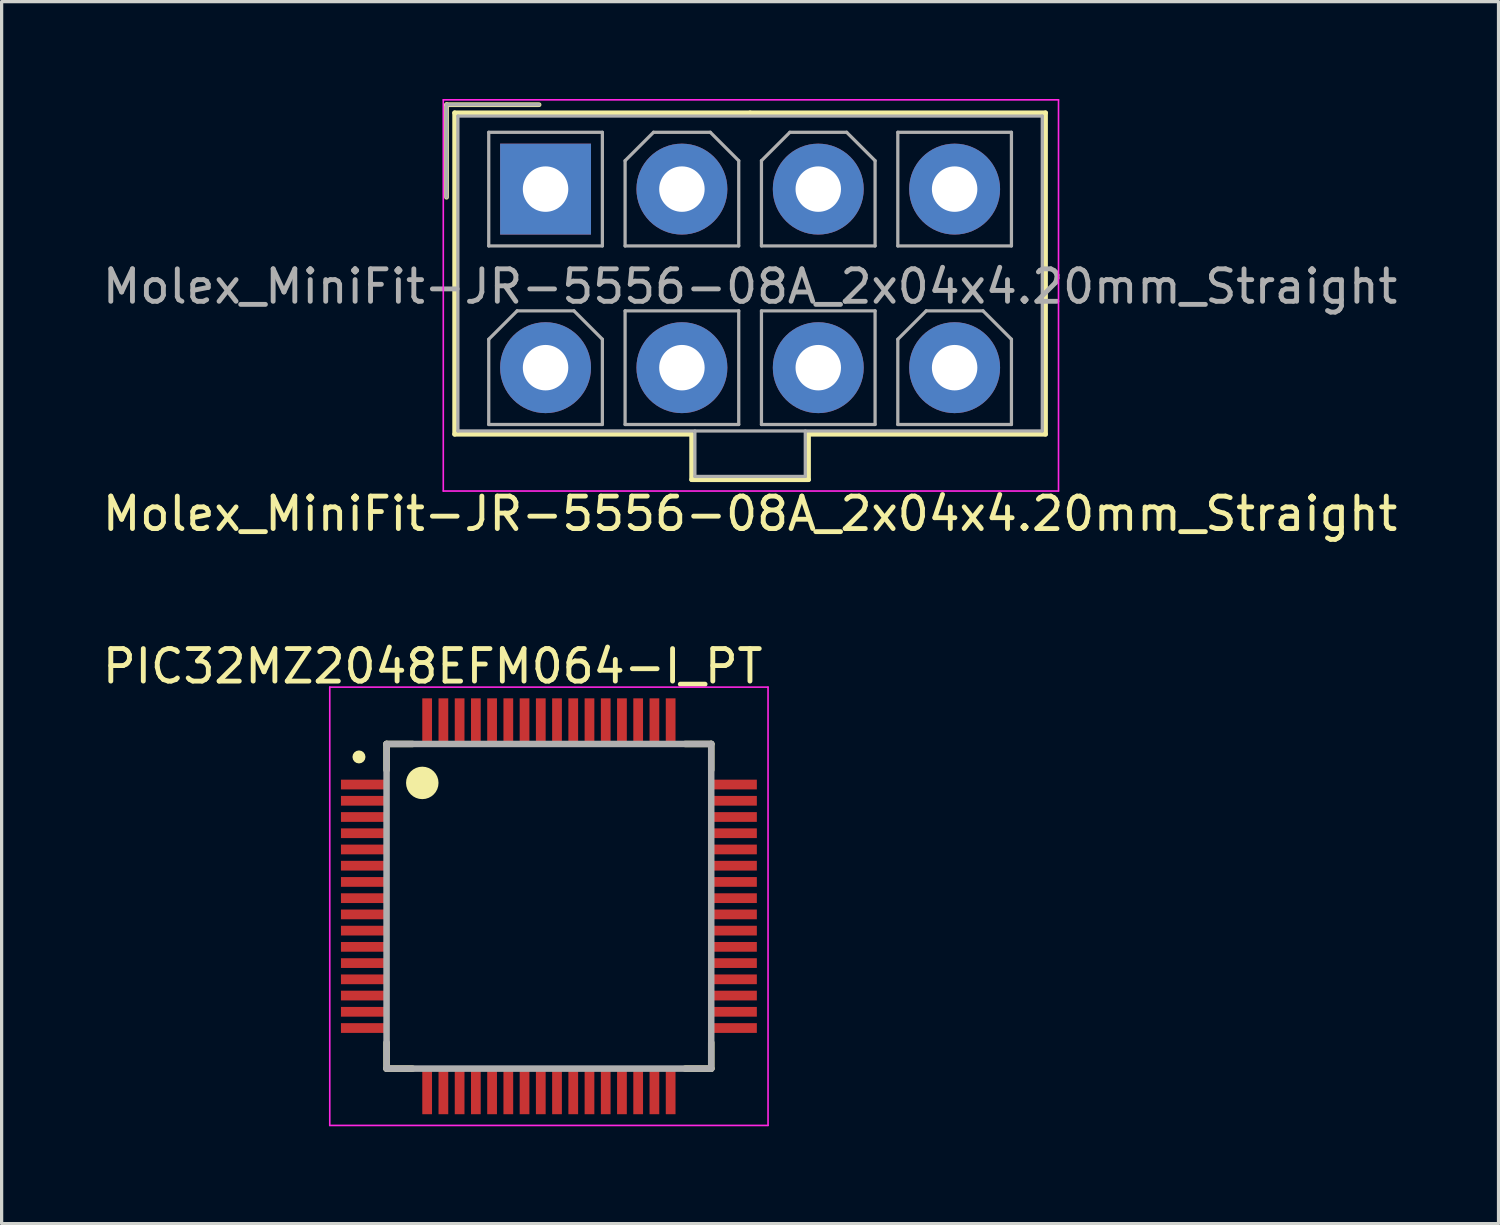
<source format=kicad_pcb>
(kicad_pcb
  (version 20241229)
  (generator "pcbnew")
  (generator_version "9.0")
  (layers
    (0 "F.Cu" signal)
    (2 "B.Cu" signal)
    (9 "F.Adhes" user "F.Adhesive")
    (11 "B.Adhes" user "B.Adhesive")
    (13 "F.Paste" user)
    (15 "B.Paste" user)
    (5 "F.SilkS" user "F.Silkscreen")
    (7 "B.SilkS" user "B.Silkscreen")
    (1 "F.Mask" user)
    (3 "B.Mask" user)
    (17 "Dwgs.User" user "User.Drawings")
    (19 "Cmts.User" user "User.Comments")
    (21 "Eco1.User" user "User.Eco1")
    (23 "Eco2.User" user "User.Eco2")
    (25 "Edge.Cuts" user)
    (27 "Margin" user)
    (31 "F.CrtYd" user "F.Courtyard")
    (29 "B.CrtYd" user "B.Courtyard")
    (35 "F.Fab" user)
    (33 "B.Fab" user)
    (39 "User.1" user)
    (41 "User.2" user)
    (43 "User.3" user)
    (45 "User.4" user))
  (footprint "Molex_MiniFit-JR-5556-08A_2x04x4.20mm_Straight"
    (layer "F.Cu")
    (at 13.754 2.775)
    (property "Reference" "Molex_MiniFit-JR-5556-08A_2x04x4.20mm_Straight" (at 6.3 10 0) (layer "F.SilkS") (effects (font (size 1 1) (thickness 0.15))))
    (attr through_hole)
    (fp_line (start -3.05 -2.6) (end -3.05 0.25) (stroke (width 0.145) (type solid)) (layer "F.SilkS"))
    (fp_line (start -2.8 -2.35) (end -2.8 7.55) (stroke (width 0.145) (type solid)) (layer "F.SilkS"))
    (fp_line (start -2.8 7.55) (end 4.5 7.55) (stroke (width 0.145) (type solid)) (layer "F.SilkS"))
    (fp_line (start -0.2 -2.6) (end -3.05 -2.6) (stroke (width 0.145) (type solid)) (layer "F.SilkS"))
    (fp_line (start 4.5 7.55) (end 4.5 8.95) (stroke (width 0.145) (type solid)) (layer "F.SilkS"))
    (fp_line (start 4.5 8.95) (end 6.3 8.95) (stroke (width 0.145) (type solid)) (layer "F.SilkS"))
    (fp_line (start 6.3 -2.35) (end -2.8 -2.35) (stroke (width 0.145) (type solid)) (layer "F.SilkS"))
    (fp_line (start 6.3 -2.35) (end 15.4 -2.35) (stroke (width 0.145) (type solid)) (layer "F.SilkS"))
    (fp_line (start 8.1 7.55) (end 8.1 8.95) (stroke (width 0.145) (type solid)) (layer "F.SilkS"))
    (fp_line (start 8.1 8.95) (end 6.3 8.95) (stroke (width 0.145) (type solid)) (layer "F.SilkS"))
    (fp_line (start 15.4 -2.35) (end 15.4 7.55) (stroke (width 0.145) (type solid)) (layer "F.SilkS"))
    (fp_line (start 15.4 7.55) (end 8.1 7.55) (stroke (width 0.145) (type solid)) (layer "F.SilkS"))
    (fp_line (start -3.15 -2.75) (end -3.15 9.3) (stroke (width 0.05) (type solid)) (layer "F.CrtYd"))
    (fp_line (start -3.15 9.3) (end 15.8 9.3) (stroke (width 0.05) (type solid)) (layer "F.CrtYd"))
    (fp_line (start 15.8 -2.75) (end -3.15 -2.75) (stroke (width 0.05) (type solid)) (layer "F.CrtYd"))
    (fp_line (start 15.8 9.3) (end 15.8 -2.75) (stroke (width 0.05) (type solid)) (layer "F.CrtYd"))
    (fp_line (start -3.05 -2.6) (end -3.05 0.25) (stroke (width 0.1) (type solid)) (layer "F.Fab"))
    (fp_line (start -2.7 -2.25) (end -2.7 7.45) (stroke (width 0.1) (type solid)) (layer "F.Fab"))
    (fp_line (start -2.7 7.45) (end 15.3 7.45) (stroke (width 0.1) (type solid)) (layer "F.Fab"))
    (fp_line (start -1.75 -1.75) (end -1.75 1.75) (stroke (width 0.1) (type solid)) (layer "F.Fab"))
    (fp_line (start -1.75 1.75) (end 1.75 1.75) (stroke (width 0.1) (type solid)) (layer "F.Fab"))
    (fp_line (start -1.75 4.625) (end -0.875 3.75) (stroke (width 0.1) (type solid)) (layer "F.Fab"))
    (fp_line (start -1.75 7.25) (end -1.75 4.625) (stroke (width 0.1) (type solid)) (layer "F.Fab"))
    (fp_line (start -0.875 3.75) (end 0.875 3.75) (stroke (width 0.1) (type solid)) (layer "F.Fab"))
    (fp_line (start -0.2 -2.6) (end -3.05 -2.6) (stroke (width 0.1) (type solid)) (layer "F.Fab"))
    (fp_line (start 0.875 3.75) (end 1.75 4.625) (stroke (width 0.1) (type solid)) (layer "F.Fab"))
    (fp_line (start 1.75 -1.75) (end -1.75 -1.75) (stroke (width 0.1) (type solid)) (layer "F.Fab"))
    (fp_line (start 1.75 1.75) (end 1.75 -1.75) (stroke (width 0.1) (type solid)) (layer "F.Fab"))
    (fp_line (start 1.75 4.625) (end 1.75 7.25) (stroke (width 0.1) (type solid)) (layer "F.Fab"))
    (fp_line (start 1.75 7.25) (end -1.75 7.25) (stroke (width 0.1) (type solid)) (layer "F.Fab"))
    (fp_line (start 2.45 -0.875) (end 3.325 -1.75) (stroke (width 0.1) (type solid)) (layer "F.Fab"))
    (fp_line (start 2.45 1.75) (end 2.45 -0.875) (stroke (width 0.1) (type solid)) (layer "F.Fab"))
    (fp_line (start 2.45 3.75) (end 2.45 7.25) (stroke (width 0.1) (type solid)) (layer "F.Fab"))
    (fp_line (start 2.45 7.25) (end 5.95 7.25) (stroke (width 0.1) (type solid)) (layer "F.Fab"))
    (fp_line (start 3.325 -1.75) (end 5.075 -1.75) (stroke (width 0.1) (type solid)) (layer "F.Fab"))
    (fp_line (start 4.6 7.45) (end 4.6 8.85) (stroke (width 0.1) (type solid)) (layer "F.Fab"))
    (fp_line (start 4.6 8.85) (end 8 8.85) (stroke (width 0.1) (type solid)) (layer "F.Fab"))
    (fp_line (start 5.075 -1.75) (end 5.95 -0.875) (stroke (width 0.1) (type solid)) (layer "F.Fab"))
    (fp_line (start 5.95 -0.875) (end 5.95 1.75) (stroke (width 0.1) (type solid)) (layer "F.Fab"))
    (fp_line (start 5.95 1.75) (end 2.45 1.75) (stroke (width 0.1) (type solid)) (layer "F.Fab"))
    (fp_line (start 5.95 3.75) (end 2.45 3.75) (stroke (width 0.1) (type solid)) (layer "F.Fab"))
    (fp_line (start 5.95 7.25) (end 5.95 3.75) (stroke (width 0.1) (type solid)) (layer "F.Fab"))
    (fp_line (start 6.65 -0.875) (end 7.525 -1.75) (stroke (width 0.1) (type solid)) (layer "F.Fab"))
    (fp_line (start 6.65 1.75) (end 6.65 -0.875) (stroke (width 0.1) (type solid)) (layer "F.Fab"))
    (fp_line (start 6.65 3.75) (end 6.65 7.25) (stroke (width 0.1) (type solid)) (layer "F.Fab"))
    (fp_line (start 6.65 7.25) (end 10.15 7.25) (stroke (width 0.1) (type solid)) (layer "F.Fab"))
    (fp_line (start 7.525 -1.75) (end 9.275 -1.75) (stroke (width 0.1) (type solid)) (layer "F.Fab"))
    (fp_line (start 8 8.85) (end 8 7.45) (stroke (width 0.1) (type solid)) (layer "F.Fab"))
    (fp_line (start 9.275 -1.75) (end 10.15 -0.875) (stroke (width 0.1) (type solid)) (layer "F.Fab"))
    (fp_line (start 10.15 -0.875) (end 10.15 1.75) (stroke (width 0.1) (type solid)) (layer "F.Fab"))
    (fp_line (start 10.15 1.75) (end 6.65 1.75) (stroke (width 0.1) (type solid)) (layer "F.Fab"))
    (fp_line (start 10.15 3.75) (end 6.65 3.75) (stroke (width 0.1) (type solid)) (layer "F.Fab"))
    (fp_line (start 10.15 7.25) (end 10.15 3.75) (stroke (width 0.1) (type solid)) (layer "F.Fab"))
    (fp_line (start 10.85 -1.75) (end 10.85 1.75) (stroke (width 0.1) (type solid)) (layer "F.Fab"))
    (fp_line (start 10.85 1.75) (end 14.35 1.75) (stroke (width 0.1) (type solid)) (layer "F.Fab"))
    (fp_line (start 10.85 4.625) (end 11.725 3.75) (stroke (width 0.1) (type solid)) (layer "F.Fab"))
    (fp_line (start 10.85 7.25) (end 10.85 4.625) (stroke (width 0.1) (type solid)) (layer "F.Fab"))
    (fp_line (start 11.725 3.75) (end 13.475 3.75) (stroke (width 0.1) (type solid)) (layer "F.Fab"))
    (fp_line (start 13.475 3.75) (end 14.35 4.625) (stroke (width 0.1) (type solid)) (layer "F.Fab"))
    (fp_line (start 14.35 -1.75) (end 10.85 -1.75) (stroke (width 0.1) (type solid)) (layer "F.Fab"))
    (fp_line (start 14.35 1.75) (end 14.35 -1.75) (stroke (width 0.1) (type solid)) (layer "F.Fab"))
    (fp_line (start 14.35 4.625) (end 14.35 7.25) (stroke (width 0.1) (type solid)) (layer "F.Fab"))
    (fp_line (start 14.35 7.25) (end 10.85 7.25) (stroke (width 0.1) (type solid)) (layer "F.Fab"))
    (fp_line (start 15.3 -2.25) (end -2.7 -2.25) (stroke (width 0.1) (type solid)) (layer "F.Fab"))
    (fp_line (start 15.3 7.45) (end 15.3 -2.25) (stroke (width 0.1) (type solid)) (layer "F.Fab"))
    (fp_text user "${REFERENCE}" (at 6.3 3 0) (layer "F.Fab") (effects (font (size 1 1) (thickness 0.15))))
    (pad "1" thru_hole rect (at 0 0) (size 2.8 2.8) (drill 1.4) (layers "*.Cu" "*.Mask"))
    (pad "2" thru_hole circle (at 4.2 0) (size 2.8 2.8) (drill 1.4) (layers "*.Cu" "*.Mask"))
    (pad "3" thru_hole circle (at 8.4 0) (size 2.8 2.8) (drill 1.4) (layers "*.Cu" "*.Mask"))
    (pad "4" thru_hole circle (at 12.6 0) (size 2.8 2.8) (drill 1.4) (layers "*.Cu" "*.Mask"))
    (pad "5" thru_hole circle (at 0 5.5) (size 2.8 2.8) (drill 1.4) (layers "*.Cu" "*.Mask"))
    (pad "6" thru_hole circle (at 4.2 5.5) (size 2.8 2.8) (drill 1.4) (layers "*.Cu" "*.Mask"))
    (pad "7" thru_hole circle (at 8.4 5.5) (size 2.8 2.8) (drill 1.4) (layers "*.Cu" "*.Mask"))
    (pad "8" thru_hole circle (at 12.6 5.5) (size 2.8 2.8) (drill 1.4) (layers "*.Cu" "*.Mask")))
  (footprint "PIC32MZ2048EFM064-I_PT"
    (layer "F.Cu")
    (at 13.857 24.865)
    (property "Reference" "PIC32MZ2048EFM064-I_PT" (at -3.579 -7.392 0) (layer "F.SilkS") (effects (font (size 1.001 1.001) (thickness 0.15))))
    (attr through_hole)
    (fp_line (start -5 -5) (end -5 -4.2) (stroke (width 0.2) (type solid)) (layer "F.SilkS"))
    (fp_line (start -5 4.2) (end -5 5) (stroke (width 0.2) (type solid)) (layer "F.SilkS"))
    (fp_line (start -5 5) (end -4.2 5) (stroke (width 0.2) (type solid)) (layer "F.SilkS"))
    (fp_line (start -4.2 -5) (end -5 -5) (stroke (width 0.2) (type solid)) (layer "F.SilkS"))
    (fp_line (start 4.2 5) (end 5 5) (stroke (width 0.2) (type solid)) (layer "F.SilkS"))
    (fp_line (start 5 -5) (end 4.2 -5) (stroke (width 0.2) (type solid)) (layer "F.SilkS"))
    (fp_line (start 5 -4.2) (end 5 -5) (stroke (width 0.2) (type solid)) (layer "F.SilkS"))
    (fp_line (start 5 5) (end 5 4.2) (stroke (width 0.2) (type solid)) (layer "F.SilkS"))
    (fp_circle (center -5.85 -4.6) (end -5.75 -4.6) (stroke (width 0.2) (type solid)) (fill no) (layer "F.SilkS"))
    (fp_circle (center -3.9 -3.8) (end -3.65 -3.8) (stroke (width 0.5) (type solid)) (fill no) (layer "F.SilkS"))
    (fp_line (start -6.75 -6.75) (end 6.75 -6.75) (stroke (width 0.05) (type solid)) (layer "F.CrtYd"))
    (fp_line (start -6.75 6.75) (end -6.75 -6.75) (stroke (width 0.05) (type solid)) (layer "F.CrtYd"))
    (fp_line (start 6.75 -6.75) (end 6.75 6.75) (stroke (width 0.05) (type solid)) (layer "F.CrtYd"))
    (fp_line (start 6.75 6.75) (end -6.75 6.75) (stroke (width 0.05) (type solid)) (layer "F.CrtYd"))
    (fp_line (start -5 -5) (end 5 -5) (stroke (width 0.2) (type solid)) (layer "F.Fab"))
    (fp_line (start -5 5) (end -5 -5) (stroke (width 0.2) (type solid)) (layer "F.Fab"))
    (fp_line (start 5 -5) (end 5 5) (stroke (width 0.2) (type solid)) (layer "F.Fab"))
    (fp_line (start 5 5) (end -5 5) (stroke (width 0.2) (type solid)) (layer "F.Fab"))
    (pad "1" smd rect (at -5.67 -3.75) (size 1.47 0.3) (layers "F.Cu" "F.Mask" "F.Paste"))
    (pad "2" smd rect (at -5.67 -3.25) (size 1.47 0.3) (layers "F.Cu" "F.Mask" "F.Paste"))
    (pad "3" smd rect (at -5.67 -2.75) (size 1.47 0.3) (layers "F.Cu" "F.Mask" "F.Paste"))
    (pad "4" smd rect (at -5.67 -2.25) (size 1.47 0.3) (layers "F.Cu" "F.Mask" "F.Paste"))
    (pad "5" smd rect (at -5.67 -1.75) (size 1.47 0.3) (layers "F.Cu" "F.Mask" "F.Paste"))
    (pad "6" smd rect (at -5.67 -1.25) (size 1.47 0.3) (layers "F.Cu" "F.Mask" "F.Paste"))
    (pad "7" smd rect (at -5.67 -0.75) (size 1.47 0.3) (layers "F.Cu" "F.Mask" "F.Paste"))
    (pad "8" smd rect (at -5.67 -0.25) (size 1.47 0.3) (layers "F.Cu" "F.Mask" "F.Paste"))
    (pad "9" smd rect (at -5.67 0.25) (size 1.47 0.3) (layers "F.Cu" "F.Mask" "F.Paste"))
    (pad "10" smd rect (at -5.67 0.75) (size 1.47 0.3) (layers "F.Cu" "F.Mask" "F.Paste"))
    (pad "11" smd rect (at -5.67 1.25) (size 1.47 0.3) (layers "F.Cu" "F.Mask" "F.Paste"))
    (pad "12" smd rect (at -5.67 1.75) (size 1.47 0.3) (layers "F.Cu" "F.Mask" "F.Paste"))
    (pad "13" smd rect (at -5.67 2.25) (size 1.47 0.3) (layers "F.Cu" "F.Mask" "F.Paste"))
    (pad "14" smd rect (at -5.67 2.75) (size 1.47 0.3) (layers "F.Cu" "F.Mask" "F.Paste"))
    (pad "15" smd rect (at -5.67 3.25) (size 1.47 0.3) (layers "F.Cu" "F.Mask" "F.Paste"))
    (pad "16" smd rect (at -5.67 3.75) (size 1.47 0.3) (layers "F.Cu" "F.Mask" "F.Paste"))
    (pad "17" smd rect (at -3.75 5.67 90) (size 1.47 0.3) (layers "F.Cu" "F.Mask" "F.Paste"))
    (pad "18" smd rect (at -3.25 5.67 90) (size 1.47 0.3) (layers "F.Cu" "F.Mask" "F.Paste"))
    (pad "19" smd rect (at -2.75 5.67 90) (size 1.47 0.3) (layers "F.Cu" "F.Mask" "F.Paste"))
    (pad "20" smd rect (at -2.25 5.67 90) (size 1.47 0.3) (layers "F.Cu" "F.Mask" "F.Paste"))
    (pad "21" smd rect (at -1.75 5.67 90) (size 1.47 0.3) (layers "F.Cu" "F.Mask" "F.Paste"))
    (pad "22" smd rect (at -1.25 5.67 90) (size 1.47 0.3) (layers "F.Cu" "F.Mask" "F.Paste"))
    (pad "23" smd rect (at -0.75 5.67 90) (size 1.47 0.3) (layers "F.Cu" "F.Mask" "F.Paste"))
    (pad "24" smd rect (at -0.25 5.67 90) (size 1.47 0.3) (layers "F.Cu" "F.Mask" "F.Paste"))
    (pad "25" smd rect (at 0.25 5.67 90) (size 1.47 0.3) (layers "F.Cu" "F.Mask" "F.Paste"))
    (pad "26" smd rect (at 0.75 5.67 90) (size 1.47 0.3) (layers "F.Cu" "F.Mask" "F.Paste"))
    (pad "27" smd rect (at 1.25 5.67 90) (size 1.47 0.3) (layers "F.Cu" "F.Mask" "F.Paste"))
    (pad "28" smd rect (at 1.75 5.67 90) (size 1.47 0.3) (layers "F.Cu" "F.Mask" "F.Paste"))
    (pad "29" smd rect (at 2.25 5.67 90) (size 1.47 0.3) (layers "F.Cu" "F.Mask" "F.Paste"))
    (pad "30" smd rect (at 2.75 5.67 90) (size 1.47 0.3) (layers "F.Cu" "F.Mask" "F.Paste"))
    (pad "31" smd rect (at 3.25 5.67 90) (size 1.47 0.3) (layers "F.Cu" "F.Mask" "F.Paste"))
    (pad "32" smd rect (at 3.75 5.67 90) (size 1.47 0.3) (layers "F.Cu" "F.Mask" "F.Paste"))
    (pad "33" smd rect (at 5.67 3.75 180) (size 1.47 0.3) (layers "F.Cu" "F.Mask" "F.Paste"))
    (pad "34" smd rect (at 5.67 3.25 180) (size 1.47 0.3) (layers "F.Cu" "F.Mask" "F.Paste"))
    (pad "35" smd rect (at 5.67 2.75 180) (size 1.47 0.3) (layers "F.Cu" "F.Mask" "F.Paste"))
    (pad "36" smd rect (at 5.67 2.25 180) (size 1.47 0.3) (layers "F.Cu" "F.Mask" "F.Paste"))
    (pad "37" smd rect (at 5.67 1.75 180) (size 1.47 0.3) (layers "F.Cu" "F.Mask" "F.Paste"))
    (pad "38" smd rect (at 5.67 1.25 180) (size 1.47 0.3) (layers "F.Cu" "F.Mask" "F.Paste"))
    (pad "39" smd rect (at 5.67 0.75 180) (size 1.47 0.3) (layers "F.Cu" "F.Mask" "F.Paste"))
    (pad "40" smd rect (at 5.67 0.25 180) (size 1.47 0.3) (layers "F.Cu" "F.Mask" "F.Paste"))
    (pad "41" smd rect (at 5.67 -0.25 180) (size 1.47 0.3) (layers "F.Cu" "F.Mask" "F.Paste"))
    (pad "42" smd rect (at 5.67 -0.75 180) (size 1.47 0.3) (layers "F.Cu" "F.Mask" "F.Paste"))
    (pad "43" smd rect (at 5.67 -1.25 180) (size 1.47 0.3) (layers "F.Cu" "F.Mask" "F.Paste"))
    (pad "44" smd rect (at 5.67 -1.75 180) (size 1.47 0.3) (layers "F.Cu" "F.Mask" "F.Paste"))
    (pad "45" smd rect (at 5.67 -2.25 180) (size 1.47 0.3) (layers "F.Cu" "F.Mask" "F.Paste"))
    (pad "46" smd rect (at 5.67 -2.75 180) (size 1.47 0.3) (layers "F.Cu" "F.Mask" "F.Paste"))
    (pad "47" smd rect (at 5.67 -3.25 180) (size 1.47 0.3) (layers "F.Cu" "F.Mask" "F.Paste"))
    (pad "48" smd rect (at 5.67 -3.75 180) (size 1.47 0.3) (layers "F.Cu" "F.Mask" "F.Paste"))
    (pad "49" smd rect (at 3.75 -5.67 270) (size 1.47 0.3) (layers "F.Cu" "F.Mask" "F.Paste"))
    (pad "50" smd rect (at 3.25 -5.67 270) (size 1.47 0.3) (layers "F.Cu" "F.Mask" "F.Paste"))
    (pad "51" smd rect (at 2.75 -5.67 270) (size 1.47 0.3) (layers "F.Cu" "F.Mask" "F.Paste"))
    (pad "52" smd rect (at 2.25 -5.67 270) (size 1.47 0.3) (layers "F.Cu" "F.Mask" "F.Paste"))
    (pad "53" smd rect (at 1.75 -5.67 270) (size 1.47 0.3) (layers "F.Cu" "F.Mask" "F.Paste"))
    (pad "54" smd rect (at 1.25 -5.67 270) (size 1.47 0.3) (layers "F.Cu" "F.Mask" "F.Paste"))
    (pad "55" smd rect (at 0.75 -5.67 270) (size 1.47 0.3) (layers "F.Cu" "F.Mask" "F.Paste"))
    (pad "56" smd rect (at 0.25 -5.67 270) (size 1.47 0.3) (layers "F.Cu" "F.Mask" "F.Paste"))
    (pad "57" smd rect (at -0.25 -5.67 270) (size 1.47 0.3) (layers "F.Cu" "F.Mask" "F.Paste"))
    (pad "58" smd rect (at -0.75 -5.67 270) (size 1.47 0.3) (layers "F.Cu" "F.Mask" "F.Paste"))
    (pad "59" smd rect (at -1.25 -5.67 270) (size 1.47 0.3) (layers "F.Cu" "F.Mask" "F.Paste"))
    (pad "60" smd rect (at -1.75 -5.67 270) (size 1.47 0.3) (layers "F.Cu" "F.Mask" "F.Paste"))
    (pad "61" smd rect (at -2.25 -5.67 270) (size 1.47 0.3) (layers "F.Cu" "F.Mask" "F.Paste"))
    (pad "62" smd rect (at -2.75 -5.67 270) (size 1.47 0.3) (layers "F.Cu" "F.Mask" "F.Paste"))
    (pad "63" smd rect (at -3.25 -5.67 270) (size 1.47 0.3) (layers "F.Cu" "F.Mask" "F.Paste"))
    (pad "64" smd rect (at -3.75 -5.67 270) (size 1.47 0.3) (layers "F.Cu" "F.Mask" "F.Paste")))
  (gr_rect
    (start -3 -3)
    (end 43.107 34.64)
    (stroke (width 0.1) (type default))
    (fill no)
    (layer "Edge.Cuts")))
</source>
